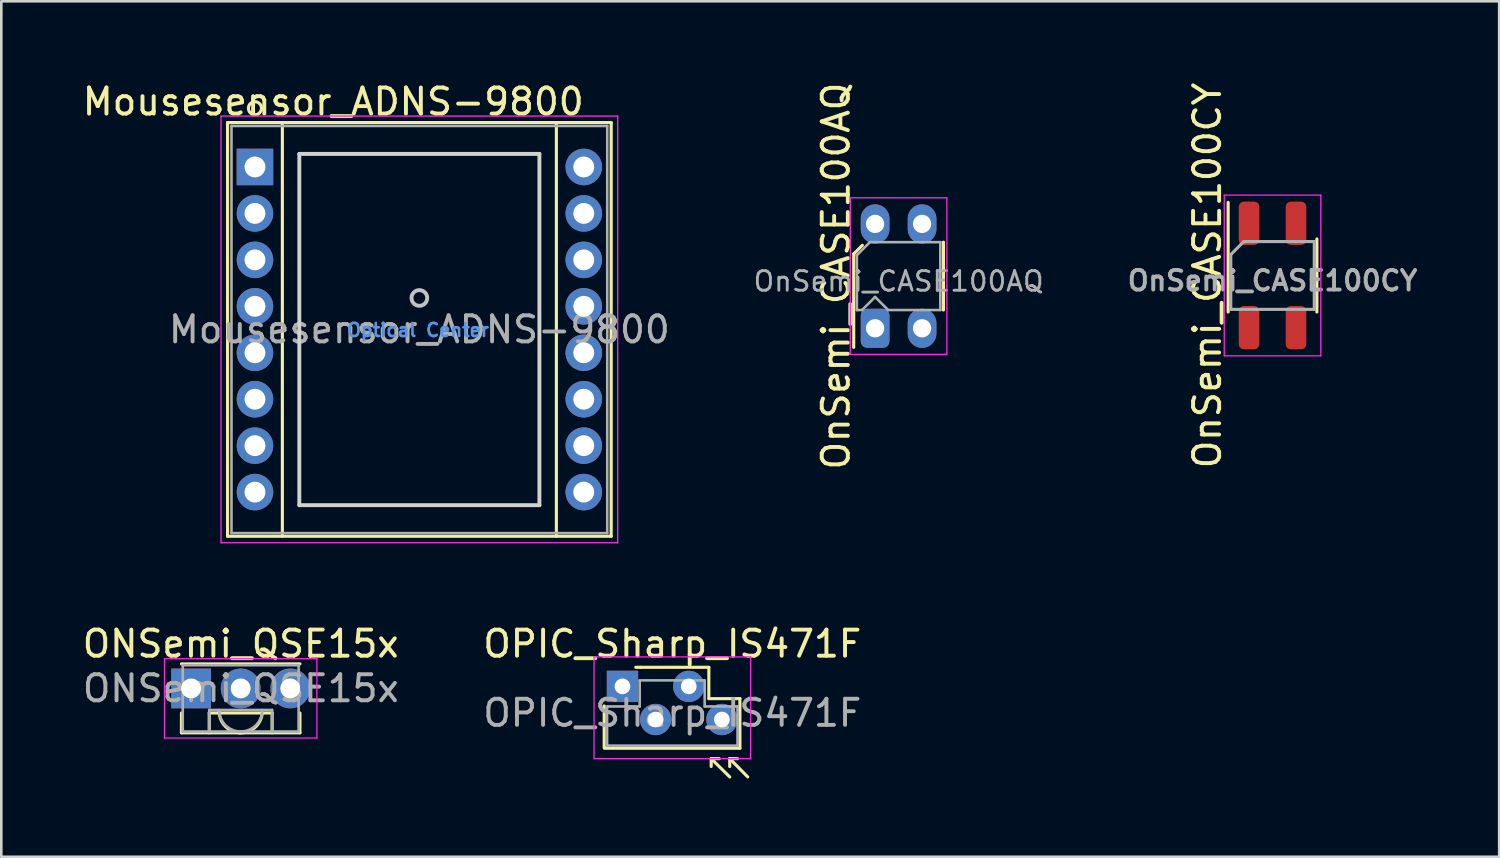
<source format=kicad_pcb>
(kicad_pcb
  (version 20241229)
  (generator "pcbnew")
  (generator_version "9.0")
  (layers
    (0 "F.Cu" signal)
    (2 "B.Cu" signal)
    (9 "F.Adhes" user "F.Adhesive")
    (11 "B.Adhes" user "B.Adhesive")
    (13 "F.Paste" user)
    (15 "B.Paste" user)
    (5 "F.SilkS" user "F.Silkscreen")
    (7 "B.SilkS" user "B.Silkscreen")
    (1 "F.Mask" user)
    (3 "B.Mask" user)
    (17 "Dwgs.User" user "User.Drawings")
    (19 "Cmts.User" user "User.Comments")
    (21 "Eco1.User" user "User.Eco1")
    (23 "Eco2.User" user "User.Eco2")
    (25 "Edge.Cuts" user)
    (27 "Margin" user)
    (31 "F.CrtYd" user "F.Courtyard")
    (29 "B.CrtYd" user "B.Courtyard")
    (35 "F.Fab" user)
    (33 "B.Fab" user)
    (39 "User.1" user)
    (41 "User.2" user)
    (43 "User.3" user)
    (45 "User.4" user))
  (footprint "OPIC_Sharp_IS471F"
    (layer "F.Cu")
    (at 20.803 23.252)
    (property "Reference" "OPIC_Sharp_IS471F" (at 1.91 -1.63 0) (layer "F.SilkS") (effects (font (size 1 1) (thickness 0.15))))
    (attr through_hole)
    (fp_line (start -0.7 2.35) (end -0.7 0.75) (stroke (width 0.12) (type solid)) (layer "F.SilkS"))
    (fp_line (start -0.69 2.37) (end 4.5 2.37) (stroke (width 0.12) (type solid)) (layer "F.SilkS"))
    (fp_line (start 0.7 -0.73) (end 0.51 -0.73) (stroke (width 0.12) (type solid)) (layer "F.SilkS"))
    (fp_line (start 3.31 -0.73) (end 0.7 -0.73) (stroke (width 0.12) (type solid)) (layer "F.SilkS"))
    (fp_line (start 3.31 0.47) (end 3.31 -0.73) (stroke (width 0.12) (type solid)) (layer "F.SilkS"))
    (fp_line (start 3.4 2.77) (end 3.4 3.07) (stroke (width 0.12) (type solid)) (layer "F.SilkS"))
    (fp_line (start 3.4 2.77) (end 3.71 2.77) (stroke (width 0.12) (type solid)) (layer "F.SilkS"))
    (fp_line (start 3.4 2.77) (end 4.11 3.47) (stroke (width 0.12) (type solid)) (layer "F.SilkS"))
    (fp_line (start 4.11 2.77) (end 4.11 3.07) (stroke (width 0.12) (type solid)) (layer "F.SilkS"))
    (fp_line (start 4.11 2.77) (end 4.41 2.77) (stroke (width 0.12) (type solid)) (layer "F.SilkS"))
    (fp_line (start 4.11 2.77) (end 4.8 3.47) (stroke (width 0.12) (type solid)) (layer "F.SilkS"))
    (fp_line (start 4.5 0.47) (end 3.31 0.47) (stroke (width 0.12) (type solid)) (layer "F.SilkS"))
    (fp_line (start 4.5 2.37) (end 4.5 0.47) (stroke (width 0.12) (type solid)) (layer "F.SilkS"))
    (fp_line (start -1.09 -1.13) (end -1.09 2.77) (stroke (width 0.05) (type solid)) (layer "F.CrtYd"))
    (fp_line (start -1.09 2.77) (end 4.91 2.77) (stroke (width 0.05) (type solid)) (layer "F.CrtYd"))
    (fp_line (start 4.91 -1.13) (end -1.09 -1.13) (stroke (width 0.05) (type solid)) (layer "F.CrtYd"))
    (fp_line (start 4.91 2.77) (end 4.91 -1.13) (stroke (width 0.05) (type solid)) (layer "F.CrtYd"))
    (fp_line (start -0.59 0.77) (end -0.59 2.27) (stroke (width 0.1) (type solid)) (layer "F.Fab"))
    (fp_line (start -0.59 2.27) (end 4.41 2.27) (stroke (width 0.1) (type solid)) (layer "F.Fab"))
    (fp_line (start 0.66 -0.23) (end 0.66 0.77) (stroke (width 0.1) (type solid)) (layer "F.Fab"))
    (fp_line (start 0.66 0.77) (end -0.59 0.77) (stroke (width 0.1) (type solid)) (layer "F.Fab"))
    (fp_line (start 3.15 -0.23) (end 0.66 -0.23) (stroke (width 0.1) (type solid)) (layer "F.Fab"))
    (fp_line (start 3.15 0.77) (end 3.15 -0.23) (stroke (width 0.1) (type solid)) (layer "F.Fab"))
    (fp_line (start 4.41 0.77) (end 3.15 0.77) (stroke (width 0.1) (type solid)) (layer "F.Fab"))
    (fp_line (start 4.41 2.27) (end 4.41 0.77) (stroke (width 0.1) (type solid)) (layer "F.Fab"))
    (fp_text user "${REFERENCE}" (at 1.91 1.02 0) (layer "F.Fab") (effects (font (size 1 1) (thickness 0.15))))
    (pad "1" thru_hole rect (at 0 0) (size 1.2 1.2) (drill 0.6) (layers "*.Cu" "*.Mask"))
    (pad "2" thru_hole circle (at 1.27 1.27) (size 1.2 1.2) (drill 0.6) (layers "*.Cu" "*.Mask"))
    (pad "3" thru_hole circle (at 2.54 0) (size 1.2 1.2) (drill 0.6) (layers "*.Cu" "*.Mask"))
    (pad "4" thru_hole circle (at 3.81 1.27) (size 1.2 1.2) (drill 0.6) (layers "*.Cu" "*.Mask")))
  (footprint "ONSemi_QSE15x"
    (layer "F.Cu")
    (at 4.273 23.331)
    (property "Reference" "ONSemi_QSE15x" (at 1.9 -1.71 0) (layer "F.SilkS") (effects (font (size 1 1) (thickness 0.15))))
    (attr through_hole)
    (fp_line (start -0.37 -0.94) (end 4.17 -0.94) (stroke (width 0.12) (type solid)) (layer "F.SilkS"))
    (fp_line (start -0.37 0.94) (end -0.37 1.7) (stroke (width 0.12) (type solid)) (layer "F.SilkS"))
    (fp_line (start -0.37 1.7) (end 4.17 1.7) (stroke (width 0.12) (type solid)) (layer "F.SilkS"))
    (fp_line (start 0.695 0.94) (end 0.695 1.7) (stroke (width 0.12) (type solid)) (layer "F.SilkS"))
    (fp_line (start 0.695 0.94) (end 3.105 0.94) (stroke (width 0.12) (type solid)) (layer "F.SilkS"))
    (fp_line (start 3.105 0.94) (end 3.105 1.7) (stroke (width 0.12) (type solid)) (layer "F.SilkS"))
    (fp_line (start 4.17 1.7) (end 4.17 0.94) (stroke (width 0.12) (type solid)) (layer "F.SilkS"))
    (fp_arc (start 1.9 1.7) (mid 1.316637 1.458363) (end 1.075 0.875) (stroke (width 0.12) (type solid)) (layer "F.SilkS"))
    (fp_arc (start 2.725 0.94) (mid 2.437401 1.504325) (end 1.835 1.7) (stroke (width 0.12) (type solid)) (layer "F.SilkS"))
    (fp_line (start -1.02 -1.14) (end 4.82 -1.14) (stroke (width 0.05) (type solid)) (layer "F.CrtYd"))
    (fp_line (start -1.02 1.9) (end -1.02 -1.14) (stroke (width 0.05) (type solid)) (layer "F.CrtYd"))
    (fp_line (start 4.82 -1.14) (end 4.82 1.9) (stroke (width 0.05) (type solid)) (layer "F.CrtYd"))
    (fp_line (start 4.82 1.9) (end -1.02 1.9) (stroke (width 0.05) (type solid)) (layer "F.CrtYd"))
    (fp_line (start -0.32 -0.89) (end -0.32 1.65) (stroke (width 0.1) (type solid)) (layer "F.Fab"))
    (fp_line (start -0.32 -0.89) (end 4.12 -0.89) (stroke (width 0.1) (type solid)) (layer "F.Fab"))
    (fp_line (start -0.32 1.65) (end 4.12 1.65) (stroke (width 0.1) (type solid)) (layer "F.Fab"))
    (fp_line (start 0.695 0.825) (end 3.105 0.825) (stroke (width 0.1) (type solid)) (layer "F.Fab"))
    (fp_line (start 0.695 1.65) (end 0.695 0.825) (stroke (width 0.1) (type solid)) (layer "F.Fab"))
    (fp_line (start 3.105 1.65) (end 3.105 0.825) (stroke (width 0.1) (type solid)) (layer "F.Fab"))
    (fp_line (start 4.12 1.65) (end 4.12 -0.89) (stroke (width 0.1) (type solid)) (layer "F.Fab"))
    (fp_arc (start 1.9 1.65) (mid 1.316637 1.408363) (end 1.075 0.825) (stroke (width 0.1) (type solid)) (layer "F.Fab"))
    (fp_arc (start 2.725 0.825) (mid 2.483363 1.408363) (end 1.9 1.65) (stroke (width 0.1) (type solid)) (layer "F.Fab"))
    (fp_text user "${REFERENCE}" (at 1.905 0 0) (layer "F.Fab") (effects (font (size 1 1) (thickness 0.15))))
    (pad "1" thru_hole rect (at 0 0) (size 1.524 1.524) (drill 0.762) (layers "*.Cu" "*.Mask"))
    (pad "2" thru_hole circle (at 1.9 0) (size 1.524 1.524) (drill 0.762) (layers "*.Cu" "*.Mask"))
    (pad "3" thru_hole circle (at 3.8 0) (size 1.524 1.524) (drill 0.762) (layers "*.Cu" "*.Mask")))
  (footprint "OnSemi_CASE100AQ"
    (layer "F.Cu")
    (at 30.484 9.53)
    (property "Reference" "OnSemi_CASE100AQ" (at -1.5 -2 90) (layer "F.SilkS") (effects (font (size 1 1) (thickness 0.15))))
    (attr through_hole)
    (fp_line (start -0.82 -2.85) (end -0.82 0.73) (stroke (width 0.12) (type solid)) (layer "F.SilkS"))
    (fp_line (start -0.49 -3.18) (end -0.82 -2.85) (stroke (width 0.12) (type solid)) (layer "F.SilkS"))
    (fp_line (start 2.62 -0.7) (end 2.62 -3.3) (stroke (width 0.12) (type solid)) (layer "F.SilkS"))
    (fp_line (start -0.95 -5) (end -0.95 1) (stroke (width 0.05) (type solid)) (layer "F.CrtYd"))
    (fp_line (start -0.95 -5) (end 2.75 -5) (stroke (width 0.05) (type solid)) (layer "F.CrtYd"))
    (fp_line (start 2.75 1) (end -0.95 1) (stroke (width 0.05) (type solid)) (layer "F.CrtYd"))
    (fp_line (start 2.75 1) (end 2.75 -5) (stroke (width 0.05) (type solid)) (layer "F.CrtYd"))
    (fp_line (start -0.7 -2.8) (end -0.2 -3.3) (stroke (width 0.1) (type solid)) (layer "F.Fab"))
    (fp_line (start -0.7 -0.7) (end -0.7 -2.8) (stroke (width 0.1) (type solid)) (layer "F.Fab"))
    (fp_line (start -0.7 -0.7) (end -0.5 -0.7) (stroke (width 0.1) (type solid)) (layer "F.Fab"))
    (fp_line (start -0.2 -3.3) (end 2.5 -3.3) (stroke (width 0.1) (type solid)) (layer "F.Fab"))
    (fp_line (start 0 -1.2) (end -0.5 -0.7) (stroke (width 0.1) (type solid)) (layer "F.Fab"))
    (fp_line (start 0 -1.2) (end 0.5 -0.7) (stroke (width 0.1) (type solid)) (layer "F.Fab"))
    (fp_line (start 2.5 -3.3) (end 2.5 -0.7) (stroke (width 0.1) (type solid)) (layer "F.Fab"))
    (fp_line (start 2.5 -0.7) (end 0.5 -0.7) (stroke (width 0.1) (type solid)) (layer "F.Fab"))
    (fp_text user "${REFERENCE}" (at 0.9 -1.8 0) (layer "F.Fab") (effects (font (size 0.75 0.75) (thickness 0.11))))
    (pad "1" thru_hole oval (at 0 -4) (size 1.1 1.5) (drill 0.7) (layers "*.Cu" "*.Mask"))
    (pad "2" thru_hole roundrect (at 0 0) (size 1.1 1.5) (drill 0.7) (layers "*.Cu" "*.Mask") (roundrect_rratio 0.227))
    (pad "3" thru_hole oval (at 1.8 0) (size 1.1 1.5) (drill 0.7) (layers "*.Cu" "*.Mask"))
    (pad "4" thru_hole oval (at 1.8 -4) (size 1.1 1.5) (drill 0.7) (layers "*.Cu" "*.Mask")))
  (footprint "OnSemi_CASE100CY"
    (layer "F.Cu")
    (at 45.713 7.506)
    (property "Reference" "OnSemi_CASE100CY" (at -2.5 0 90) (layer "F.SilkS") (effects (font (size 1 1) (thickness 0.15))))
    (attr smd)
    (fp_line (start -1.7 1.4) (end -1.7 -2.8) (stroke (width 0.12) (type solid)) (layer "F.SilkS"))
    (fp_line (start 1.7 1.4) (end 1.7 -1.4) (stroke (width 0.12) (type solid)) (layer "F.SilkS"))
    (fp_line (start -1.85 -3.08) (end -1.85 3.08) (stroke (width 0.05) (type solid)) (layer "F.CrtYd"))
    (fp_line (start -1.85 -3.08) (end 1.85 -3.08) (stroke (width 0.05) (type solid)) (layer "F.CrtYd"))
    (fp_line (start 1.85 3.08) (end -1.85 3.08) (stroke (width 0.05) (type solid)) (layer "F.CrtYd"))
    (fp_line (start 1.85 3.08) (end 1.85 -3.08) (stroke (width 0.05) (type solid)) (layer "F.CrtYd"))
    (fp_line (start -1.6 -0.8) (end -1.1 -1.3) (stroke (width 0.12) (type solid)) (layer "F.Fab"))
    (fp_line (start -1.6 1.3) (end -1.6 -0.8) (stroke (width 0.12) (type solid)) (layer "F.Fab"))
    (fp_line (start -1.1 -1.3) (end 1.6 -1.3) (stroke (width 0.12) (type solid)) (layer "F.Fab"))
    (fp_line (start 1.6 -1.3) (end 1.6 1.3) (stroke (width 0.12) (type solid)) (layer "F.Fab"))
    (fp_line (start 1.6 1.3) (end -1.6 1.3) (stroke (width 0.12) (type solid)) (layer "F.Fab"))
    (fp_text user "${REFERENCE}" (at 0 0.2 0) (layer "F.Fab") (effects (font (size 0.75 0.75) (thickness 0.15))))
    (pad "1" smd roundrect (at -0.9 -2) (size 0.79 1.66) (layers "F.Cu" "F.Mask" "F.Paste") (roundrect_rratio 0.25))
    (pad "2" smd roundrect (at -0.9 2) (size 0.79 1.66) (layers "F.Cu" "F.Mask" "F.Paste") (roundrect_rratio 0.25))
    (pad "3" smd roundrect (at 0.9 2) (size 0.79 1.66) (layers "F.Cu" "F.Mask" "F.Paste") (roundrect_rratio 0.25))
    (pad "4" smd roundrect (at 0.9 -2) (size 0.79 1.66) (layers "F.Cu" "F.Mask" "F.Paste") (roundrect_rratio 0.25)))
  (footprint "Mousesensor_ADNS-9800"
    (layer "F.Cu")
    (at 6.72 3.348)
    (property "Reference" "Mousesensor_ADNS-9800" (at 3 -2.5 180) (layer "F.SilkS") (effects (font (size 1 1) (thickness 0.15))))
    (attr through_hole)
    (fp_line (start -1.05 -1.7) (end 13.65 -1.7) (stroke (width 0.12) (type solid)) (layer "F.SilkS"))
    (fp_line (start -1.05 14.15) (end -1.05 -1.7) (stroke (width 0.12) (type solid)) (layer "F.SilkS"))
    (fp_line (start 1.05 -1.7) (end 1.05 14.15) (stroke (width 0.12) (type solid)) (layer "F.SilkS"))
    (fp_line (start 11.55 -1.7) (end 11.55 14.15) (stroke (width 0.12) (type solid)) (layer "F.SilkS"))
    (fp_line (start 13.65 -1.7) (end 13.65 14.15) (stroke (width 0.12) (type solid)) (layer "F.SilkS"))
    (fp_line (start 13.65 14.15) (end -1.05 14.15) (stroke (width 0.12) (type solid)) (layer "F.SilkS"))
    (fp_circle (center 0 -2.25) (end 0 -2) (stroke (width 0.12) (type solid)) (fill no) (layer "F.SilkS"))
    (fp_circle (center 6.3 5.02) (end 6 5) (stroke (width 0.15) (type solid)) (fill no) (layer "Dwgs.User"))
    (fp_line (start 1.7 -0.5) (end 10.9 -0.5) (stroke (width 0.15) (type solid)) (layer "Edge.Cuts"))
    (fp_line (start 1.7 12.96) (end 1.7 -0.5) (stroke (width 0.15) (type solid)) (layer "Edge.Cuts"))
    (fp_line (start 10.9 -0.5) (end 10.9 12.96) (stroke (width 0.15) (type solid)) (layer "Edge.Cuts"))
    (fp_line (start 10.9 12.96) (end 1.7 12.96) (stroke (width 0.15) (type solid)) (layer "Edge.Cuts"))
    (fp_line (start -1.3 -1.95) (end 13.9 -1.95) (stroke (width 0.05) (type solid)) (layer "F.CrtYd"))
    (fp_line (start -1.3 14.4) (end -1.3 -1.95) (stroke (width 0.05) (type solid)) (layer "F.CrtYd"))
    (fp_line (start 13.9 -1.95) (end 13.9 14.4) (stroke (width 0.05) (type solid)) (layer "F.CrtYd"))
    (fp_line (start 13.9 14.4) (end -1.3 14.4) (stroke (width 0.05) (type solid)) (layer "F.CrtYd"))
    (fp_line (start -0.9 -1.57) (end 13.5 -1.57) (stroke (width 0.1) (type solid)) (layer "F.Fab"))
    (fp_line (start -0.9 14.03) (end -0.9 -1.57) (stroke (width 0.1) (type solid)) (layer "F.Fab"))
    (fp_line (start 13.5 -1.57) (end 13.5 14.03) (stroke (width 0.1) (type solid)) (layer "F.Fab"))
    (fp_line (start 13.5 14.03) (end -0.9 14.03) (stroke (width 0.1) (type solid)) (layer "F.Fab"))
    (fp_text user "Optical Center" (at 6.25 6.25 180) (layer "Cmts.User") (effects (font (size 0.5 0.5) (thickness 0.1))))
    (fp_text user "${REFERENCE}" (at 6.3 6.23 0) (layer "F.Fab") (effects (font (size 1 1) (thickness 0.15))))
    (pad "1" thru_hole rect (at 0 0) (size 1.4 1.4) (drill 0.8) (layers "*.Cu" "*.Mask"))
    (pad "2" thru_hole circle (at 0 1.78) (size 1.4 1.4) (drill 0.8) (layers "*.Cu" "*.Mask"))
    (pad "3" thru_hole circle (at 0 3.56) (size 1.4 1.4) (drill 0.8) (layers "*.Cu" "*.Mask"))
    (pad "4" thru_hole circle (at 0 5.34) (size 1.4 1.4) (drill 0.8) (layers "*.Cu" "*.Mask"))
    (pad "5" thru_hole circle (at 0 7.12) (size 1.4 1.4) (drill 0.8) (layers "*.Cu" "*.Mask"))
    (pad "6" thru_hole circle (at 0 8.9) (size 1.4 1.4) (drill 0.8) (layers "*.Cu" "*.Mask"))
    (pad "7" thru_hole circle (at 0 10.68) (size 1.4 1.4) (drill 0.8) (layers "*.Cu" "*.Mask"))
    (pad "8" thru_hole circle (at 0 12.46) (size 1.4 1.4) (drill 0.8) (layers "*.Cu" "*.Mask"))
    (pad "9" thru_hole circle (at 12.6 12.46) (size 1.4 1.4) (drill 0.8) (layers "*.Cu" "*.Mask"))
    (pad "10" thru_hole circle (at 12.6 10.68) (size 1.4 1.4) (drill 0.8) (layers "*.Cu" "*.Mask"))
    (pad "11" thru_hole circle (at 12.6 8.9) (size 1.4 1.4) (drill 0.8) (layers "*.Cu" "*.Mask"))
    (pad "12" thru_hole circle (at 12.6 7.12) (size 1.4 1.4) (drill 0.8) (layers "*.Cu" "*.Mask"))
    (pad "13" thru_hole circle (at 12.6 5.34) (size 1.4 1.4) (drill 0.8) (layers "*.Cu" "*.Mask"))
    (pad "14" thru_hole circle (at 12.6 3.56) (size 1.4 1.4) (drill 0.8) (layers "*.Cu" "*.Mask"))
    (pad "15" thru_hole circle (at 12.6 1.78) (size 1.4 1.4) (drill 0.8) (layers "*.Cu" "*.Mask"))
    (pad "16" thru_hole circle (at 12.6 0) (size 1.4 1.4) (drill 0.8) (layers "*.Cu" "*.Mask")))
  (gr_rect
    (start -3 -3)
    (end 54.399 29.782)
    (stroke (width 0.1) (type default))
    (fill no)
    (layer "Edge.Cuts")))
</source>
